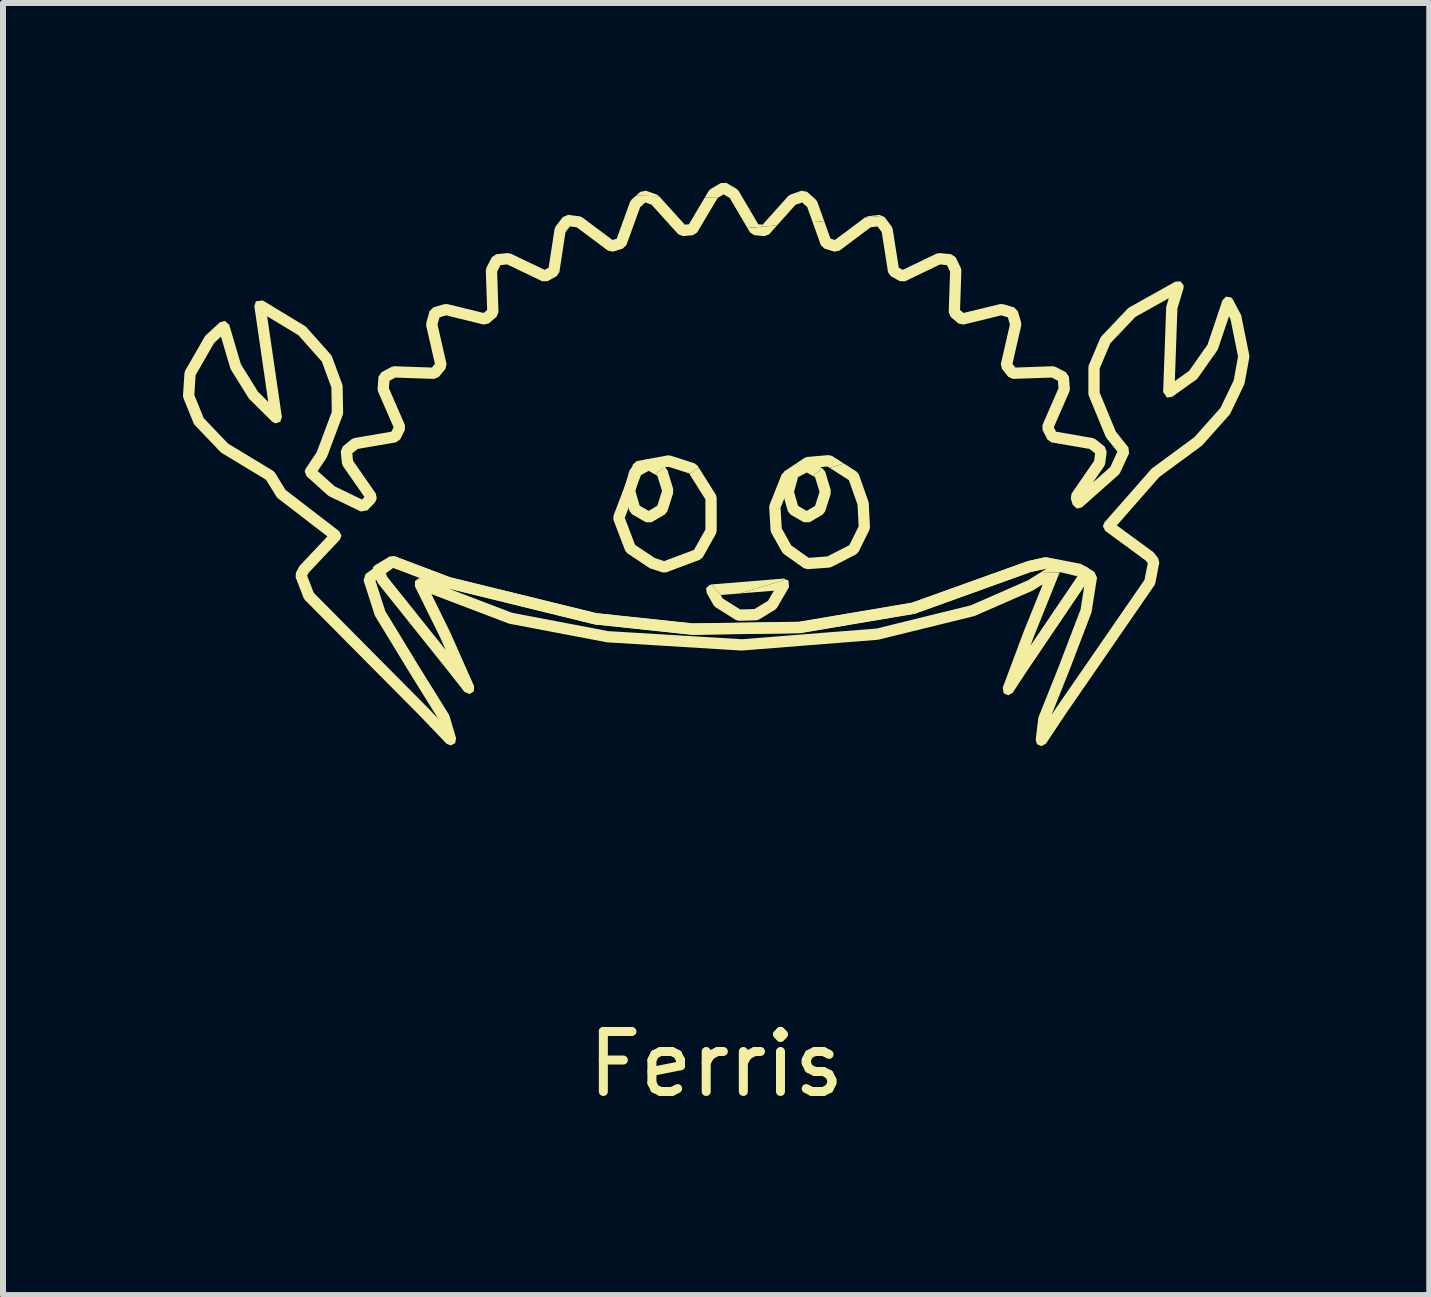
<source format=kicad_pcb>
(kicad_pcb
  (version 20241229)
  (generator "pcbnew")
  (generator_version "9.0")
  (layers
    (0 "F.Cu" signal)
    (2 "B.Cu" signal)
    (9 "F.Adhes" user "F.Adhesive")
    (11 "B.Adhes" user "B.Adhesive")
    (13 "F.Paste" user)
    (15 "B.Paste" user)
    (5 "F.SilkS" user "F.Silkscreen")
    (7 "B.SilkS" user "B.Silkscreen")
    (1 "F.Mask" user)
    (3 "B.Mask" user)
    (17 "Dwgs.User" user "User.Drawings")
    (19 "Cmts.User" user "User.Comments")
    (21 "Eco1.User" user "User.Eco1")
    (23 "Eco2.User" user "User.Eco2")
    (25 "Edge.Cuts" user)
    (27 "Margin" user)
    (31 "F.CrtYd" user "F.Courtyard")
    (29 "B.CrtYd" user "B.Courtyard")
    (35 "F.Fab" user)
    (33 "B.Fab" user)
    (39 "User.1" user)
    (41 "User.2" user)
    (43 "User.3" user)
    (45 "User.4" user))
  (footprint "Ferris"
    (layer "F.Cu")
    (at 8.887 4.687)
    (property "Reference" "Ferris" (at 0 10 0) (layer "F.SilkS") (effects (font (size 1 1) (thickness 0.15))))
    (attr through_hole)
    (fp_poly (pts (xy 5.514 1.553) (xy 5.521 1.555) (xy 5.454 1.557) (xy 5.472 1.553)) (stroke (width 0) (type solid)) (fill yes) (layer "F.SilkS"))
    (fp_poly (pts (xy 1.163 1.922) (xy 0.387 2.155) (xy 0.076 2.18) (xy -0.082 2.004) (xy 1.125 1.906)) (stroke (width 0) (type solid)) (fill yes) (layer "F.SilkS"))
    (fp_poly (pts (xy 2.761 -4.138) (xy 2.481 -4.113) (xy 2.483 -4.114) (xy 2.528 -4.132) (xy 2.719 -4.156)) (stroke (width 0) (type solid)) (fill yes) (layer "F.SilkS"))
    (fp_poly (pts (xy -0.992 -4.495) (xy -0.953 -4.469) (xy -0.951 -4.466) (xy -1.335 -4.477) (xy -1.266 -4.539) (xy -1.172 -4.558)) (stroke (width 0) (type solid)) (fill yes) (layer "F.SilkS"))
    (fp_poly (pts (xy 0.883 -3.832) (xy 0.804 -3.801) (xy 0.636 -3.817) (xy 0.564 -3.862) (xy 0.52 -3.937) (xy 1.016 -3.982)) (stroke (width 0) (type solid)) (fill yes) (layer "F.SilkS"))
    (fp_poly (pts (xy -4.51 1.855) (xy -5.005 1.87) (xy -5.389 1.725) (xy -5.516 1.8) (xy -5.632 1.65) (xy -5.446 1.54) (xy -5.365 1.533)) (stroke (width 0) (type solid)) (fill yes) (layer "F.SilkS"))
    (fp_poly (pts (xy -1.079 -0.078) (xy -0.862 0.043) (xy -1.018 0.172) (xy -1.126 0.111) (xy -1.276 0.193) (xy -1.407 0.055) (xy -1.4 0.046) (xy -1.17 -0.079)) (stroke (width 0) (type solid)) (fill yes) (layer "F.SilkS"))
    (fp_poly (pts (xy 1.553 -0.051) (xy 1.768 0.068) (xy 1.613 0.197) (xy 1.508 0.138) (xy 1.365 0.216) (xy 1.233 0.079) (xy 1.24 0.07) (xy 1.463 -0.051)) (stroke (width 0) (type solid)) (fill yes) (layer "F.SilkS"))
    (fp_poly (pts (xy 1.93 -0.138) (xy 2.126 -0.013) (xy 1.893 0.062) (xy 1.855 0.038) (xy 1.556 0.064) (xy 1.328 -0.009) (xy 1.471 -0.105) (xy 1.515 -0.121) (xy 1.871 -0.152)) (stroke (width 0) (type solid)) (fill yes) (layer "F.SilkS"))
    (fp_poly (pts (xy 6.136 1.703) (xy 6.017 1.868) (xy 5.724 1.797) (xy 5.724 1.805) (xy 5.415 1.798) (xy 5.501 1.743) (xy 5.492 1.741) (xy 5.255 1.794) (xy 4.725 1.783) (xy 5.183 1.619) (xy 5.194 1.615) (xy 5.454 1.557) (xy 5.521 1.555)) (stroke (width 0) (type solid)) (fill yes) (layer "F.SilkS"))
    (fp_poly (pts (xy -0.764 -0.144) (xy -0.362 -0.015) (xy -0.311 0.024) (xy -0.291 0.056) (xy -0.446 0.162) (xy -0.452 0.153) (xy -0.799 0.042) (xy -1.232 0.122) (xy -1.397 0.029) (xy -1.389 0.006) (xy -1.326 -0.051) (xy -1.321 -0.05) (xy -1.318 -0.053) (xy -0.81 -0.147)) (stroke (width 0) (type solid)) (fill yes) (layer "F.SilkS"))
    (fp_poly (pts (xy -0.856 0.047) (xy -0.812 0.101) (xy -0.715 0.418) (xy -0.721 0.456) (xy -0.715 0.474) (xy -0.813 0.782) (xy -0.854 0.835) (xy -1.077 0.967) (xy -1.172 0.968) (xy -1.402 0.835) (xy -1.446 0.78) (xy -1.535 0.472) (xy -1.536 0.42) (xy -1.446 0.103) (xy -1.407 0.055) (xy -1.276 0.193) (xy -1.347 0.445) (xy -1.276 0.691) (xy -1.126 0.778) (xy -0.981 0.691) (xy -0.903 0.445) (xy -0.981 0.193) (xy -1.018 0.172) (xy -0.862 0.043)) (stroke (width 0) (type solid)) (fill yes) (layer "F.SilkS"))
    (fp_poly (pts (xy 1.772 0.07) (xy 1.817 0.125) (xy 1.91 0.434) (xy 1.904 0.471) (xy 1.91 0.489) (xy 1.816 0.786) (xy 1.774 0.839) (xy 1.556 0.968) (xy 1.461 0.968) (xy 1.238 0.839) (xy 1.195 0.784) (xy 1.109 0.487) (xy 1.109 0.436) (xy 1.195 0.127) (xy 1.233 0.079) (xy 1.365 0.216) (xy 1.297 0.46) (xy 1.365 0.695) (xy 1.508 0.778) (xy 1.648 0.695) (xy 1.722 0.46) (xy 1.648 0.216) (xy 1.613 0.197) (xy 1.768 0.068)) (stroke (width 0) (type solid)) (fill yes) (layer "F.SilkS"))
    (fp_poly (pts (xy -1.232 0.122) (xy -1.524 0.894) (xy -1.352 1.345) (xy -1.025 1.563) (xy -0.869 1.615) (xy -0.37 1.428) (xy -0.18 1.089) (xy -0.18 0.586) (xy -0.446 0.162) (xy -0.291 0.056) (xy -0.006 0.509) (xy 0.008 0.559) (xy 0.008 1.113) (xy -0.004 1.159) (xy -0.223 1.55) (xy -0.272 1.592) (xy -0.834 1.803) (xy -0.897 1.804) (xy -1.096 1.738) (xy -1.118 1.727) (xy -1.482 1.484) (xy -1.517 1.44) (xy -1.713 0.928) (xy -1.713 0.861) (xy -1.397 0.029)) (stroke (width 0) (type solid)) (fill yes) (layer "F.SilkS"))
    (fp_poly (pts (xy 0.34 -4.589) (xy 0.374 -4.555) (xy 0.701 -3.999) (xy 0.774 -3.993) (xy 1.2 -4.469) (xy 1.239 -4.495) (xy 1.423 -4.558) (xy 1.516 -4.539) (xy 1.66 -4.41) (xy 1.686 -4.371) (xy 1.8 -4.052) (xy 1.607 -4.035) (xy 1.517 -4.286) (xy 1.432 -4.362) (xy 1.323 -4.325) (xy 1.016 -3.982) (xy 0.52 -3.937) (xy 0.225 -4.439) (xy 0.125 -4.497) (xy 0.025 -4.439) (xy -0.19 -4.445) (xy -0.124 -4.556) (xy -0.09 -4.589) (xy 0.078 -4.687) (xy 0.172 -4.687)) (stroke (width 0) (type solid)) (fill yes) (layer "F.SilkS"))
    (fp_poly (pts (xy 1.204 1.938) (xy 1.214 2.047) (xy 1.015 2.391) (xy 0.983 2.424) (xy 0.713 2.588) (xy 0.667 2.602) (xy 0.378 2.61) (xy 0.325 2.595) (xy -0.011 2.384) (xy -0.043 2.351) (xy -0.16 2.144) (xy -0.162 2.11) (xy -0.17 2.078) (xy -0.163 2.072) (xy -0.164 2.06) (xy -0.099 2.006) (xy -0.092 2.009) (xy -0.086 2.004) (xy -0.082 2.004) (xy 0.076 2.18) (xy 0.109 2.238) (xy 0.401 2.421) (xy 0.637 2.414) (xy 0.864 2.276) (xy 0.962 2.108) (xy 0.387 2.155) (xy 1.163 1.922)) (stroke (width 0) (type solid)) (fill yes) (layer "F.SilkS"))
    (fp_poly (pts (xy 2.34 0.124) (xy 2.378 0.172) (xy 2.538 0.625) (xy 2.543 0.652) (xy 2.563 1.05) (xy 2.553 1.096) (xy 2.373 1.46) (xy 2.332 1.502) (xy 1.922 1.713) (xy 1.886 1.723) (xy 1.523 1.75) (xy 1.461 1.733) (xy 1.125 1.495) (xy 1.098 1.464) (xy 0.918 1.144) (xy 0.906 1.103) (xy 0.883 0.721) (xy 0.889 0.68) (xy 1.092 0.168) (xy 1.121 0.143) (xy 1.127 0.125) (xy 1.328 -0.009) (xy 1.556 0.064) (xy 1.256 0.265) (xy 1.072 0.73) (xy 1.093 1.07) (xy 1.251 1.354) (xy 1.542 1.56) (xy 1.853 1.537) (xy 2.219 1.349) (xy 2.374 1.035) (xy 2.356 0.675) (xy 2.211 0.265) (xy 1.893 0.062) (xy 2.126 -0.013)) (stroke (width 0) (type solid)) (fill yes) (layer "F.SilkS"))
    (fp_poly (pts (xy -5.516 1.8) (xy -5.478 1.884) (xy -4.509 3.095) (xy -4.608 2.872) (xy -5.022 2.034) (xy -5.021 1.949) (xy -4.953 1.899) (xy -4.916 1.903) (xy -5.005 1.87) (xy -4.51 1.855) (xy -4.437 1.883) (xy -1.999 2.481) (xy -0.398 2.652) (xy 1.382 2.625) (xy 3.261 2.307) (xy 4.725 1.783) (xy 5.255 1.794) (xy 5.241 1.797) (xy 3.317 2.487) (xy 3.301 2.491) (xy 1.406 2.811) (xy 1.392 2.813) (xy -0.401 2.84) (xy -0.412 2.84) (xy -2.025 2.668) (xy -2.038 2.666) (xy -4.48 2.066) (xy -3.404 2.476) (xy -1.801 2.782) (xy 0.429 2.917) (xy 2.673 2.739) (xy 4.243 2.352) (xy 5.194 1.936) (xy 5.415 1.798) (xy 5.724 1.805) (xy 5.299 2.862) (xy 5.237 3.026) (xy 6.02 1.869) (xy 6.017 1.868) (xy 6.136 1.703) (xy 6.178 1.713) (xy 6.243 1.768) (xy 6.242 1.844) (xy 6.199 1.938) (xy 6.191 1.951) (xy 5.172 3.458) (xy 4.942 3.809) (xy 4.869 3.852) (xy 4.791 3.818) (xy 4.775 3.725) (xy 5.123 2.795) (xy 5.124 2.793) (xy 5.442 2.003) (xy 5.288 2.099) (xy 5.276 2.106) (xy 4.311 2.528) (xy 4.296 2.533) (xy 2.71 2.923) (xy 2.695 2.926) (xy 0.437 3.105) (xy 0.424 3.106) (xy -1.818 2.969) (xy -1.83 2.967) (xy -3.447 2.659) (xy -3.463 2.654) (xy -4.747 2.165) (xy -4.439 2.79) (xy -4.437 2.794) (xy -4.035 3.7) (xy -4.039 3.784) (xy -4.109 3.832) (xy -4.195 3.796) (xy -4.464 3.453) (xy -5.632 1.992) (xy -5.644 1.972) (xy -5.722 1.801) (xy -5.719 1.716) (xy -5.684 1.681) (xy -5.632 1.65)) (stroke (width 0) (type solid)) (fill yes) (layer "F.SilkS"))
    (fp_poly (pts (xy -0.951 -4.466) (xy -0.524 -3.993) (xy -0.455 -3.999) (xy -0.19 -4.445) (xy 0.025 -4.439) (xy -0.318 -3.862) (xy -0.389 -3.817) (xy -0.553 -3.801) (xy -0.632 -3.832) (xy -1.077 -4.325) (xy -1.182 -4.362) (xy -1.267 -4.285) (xy -1.497 -3.652) (xy -1.557 -3.594) (xy -1.718 -3.543) (xy -1.802 -3.558) (xy -2.325 -3.949) (xy -2.439 -3.963) (xy -2.512 -3.868) (xy -2.614 -3.201) (xy -2.661 -3.133) (xy -2.81 -3.051) (xy -2.896 -3.048) (xy -3.485 -3.33) (xy -3.596 -3.318) (xy -3.651 -3.209) (xy -3.629 -2.53) (xy -3.662 -2.456) (xy -3.791 -2.346) (xy -3.874 -2.327) (xy -4.501 -2.481) (xy -4.611 -2.448) (xy -4.645 -2.329) (xy -4.494 -1.669) (xy -4.513 -1.589) (xy -4.623 -1.456) (xy -4.698 -1.422) (xy -5.345 -1.444) (xy -5.445 -1.391) (xy -5.455 -1.266) (xy -5.187 -0.651) (xy -5.189 -0.571) (xy -5.267 -0.415) (xy -5.336 -0.364) (xy -5.975 -0.255) (xy -6.065 -0.182) (xy -6.053 -0.057) (xy -5.673 0.489) (xy -5.659 0.566) (xy -5.666 0.597) (xy -5.69 0.64) (xy -5.815 0.769) (xy -5.923 0.788) (xy -6.451 0.534) (xy -6.473 0.519) (xy -6.828 0.199) (xy -6.859 0.12) (xy -6.844 0.077) (xy -6.658 -0.2) (xy -6.407 -0.872) (xy -6.414 -1.279) (xy -6.574 -1.712) (xy -6.963 -2.15) (xy -7.484 -2.465) (xy -7.239 -0.787) (xy -7.265 -0.707) (xy -7.346 -0.68) (xy -7.398 -0.707) (xy -7.777 -1.082) (xy -7.791 -1.099) (xy -8.088 -1.575) (xy -8.098 -1.598) (xy -8.254 -2.126) (xy -8.367 -2.023) (xy -8.677 -1.484) (xy -8.698 -1.152) (xy -8.541 -0.767) (xy -8.136 -0.344) (xy -7.385 0.111) (xy -7.353 0.142) (xy -7.179 0.428) (xy -6.282 1.117) (xy -6.246 1.193) (xy -6.271 1.256) (xy -6.79 1.806) (xy -6.818 1.858) (xy -6.708 2.143) (xy -4.796 4.071) (xy -4.795 4.072) (xy -4.636 4.238) (xy -5.115 3.468) (xy -5.115 3.467) (xy -5.682 2.537) (xy -5.691 2.517) (xy -5.878 1.935) (xy -5.844 1.83) (xy -5.449 1.545) (xy -5.361 1.533) (xy -4.433 1.887) (xy -1.995 2.485) (xy -0.394 2.656) (xy 1.382 2.629) (xy 3.261 2.311) (xy 5.183 1.619) (xy 5.194 1.615) (xy 5.472 1.553) (xy 5.51 1.552) (xy 6.065 1.658) (xy 6.096 1.67) (xy 6.303 1.795) (xy 6.347 1.89) (xy 6.257 2.46) (xy 6.252 2.479) (xy 5.885 3.44) (xy 5.884 3.441) (xy 5.59 4.176) (xy 5.672 4.053) (xy 5.673 4.052) (xy 7.138 1.928) (xy 7.193 1.649) (xy 7.16 1.607) (xy 6.484 1.111) (xy 6.445 1.036) (xy 6.468 0.973) (xy 7.25 0.083) (xy 7.265 0.069) (xy 7.968 -0.449) (xy 8.405 -0.939) (xy 8.625 -1.396) (xy 8.697 -1.796) (xy 8.571 -2.421) (xy 8.547 -2.466) (xy 8.363 -1.919) (xy 8.35 -1.895) (xy 8.026 -1.434) (xy 8.004 -1.412) (xy 7.598 -1.123) (xy 7.514 -1.11) (xy 7.449 -1.203) (xy 7.5 -2.613) (xy 7.504 -2.636) (xy 7.543 -2.766) (xy 6.988 -2.456) (xy 6.568 -2.014) (xy 6.391 -1.594) (xy 6.391 -1.194) (xy 6.66 -0.544) (xy 6.87 -0.281) (xy 6.882 -0.183) (xy 6.73 0.145) (xy 6.707 0.176) (xy 6.094 0.719) (xy 6.012 0.74) (xy 5.941 0.675) (xy 5.91 0.57) (xy 5.923 0.49) (xy 6.3 -0.058) (xy 6.315 -0.182) (xy 6.222 -0.255) (xy 5.586 -0.364) (xy 5.518 -0.415) (xy 5.439 -0.571) (xy 5.437 -0.651) (xy 5.705 -1.266) (xy 5.696 -1.39) (xy 5.592 -1.444) (xy 4.945 -1.422) (xy 4.868 -1.457) (xy 4.762 -1.59) (xy 4.744 -1.669) (xy 4.895 -2.329) (xy 4.861 -2.448) (xy 4.752 -2.481) (xy 4.12 -2.327) (xy 4.037 -2.346) (xy 3.908 -2.456) (xy 3.875 -2.53) (xy 3.898 -3.21) (xy 3.845 -3.318) (xy 3.732 -3.33) (xy 3.146 -3.048) (xy 3.06 -3.051) (xy 2.912 -3.133) (xy 2.864 -3.2) (xy 2.759 -3.869) (xy 2.688 -3.963) (xy 2.575 -3.949) (xy 2.053 -3.558) (xy 1.968 -3.543) (xy 1.804 -3.594) (xy 1.744 -3.652) (xy 1.607 -4.035) (xy 1.8 -4.052) (xy 1.905 -3.76) (xy 1.978 -3.737) (xy 2.481 -4.113) (xy 2.761 -4.138) (xy 2.806 -4.119) (xy 2.923 -3.963) (xy 2.941 -3.921) (xy 3.043 -3.275) (xy 3.109 -3.239) (xy 3.674 -3.511) (xy 3.724 -3.519) (xy 3.916 -3.5) (xy 3.991 -3.448) (xy 4.077 -3.272) (xy 4.086 -3.227) (xy 4.064 -2.57) (xy 4.122 -2.521) (xy 4.732 -2.669) (xy 4.781 -2.668) (xy 4.964 -2.614) (xy 5.028 -2.549) (xy 5.083 -2.358) (xy 5.084 -2.311) (xy 4.938 -1.672) (xy 4.986 -1.611) (xy 5.61 -1.633) (xy 5.657 -1.622) (xy 5.829 -1.533) (xy 5.879 -1.457) (xy 5.895 -1.257) (xy 5.887 -1.212) (xy 5.627 -0.616) (xy 5.664 -0.542) (xy 6.278 -0.436) (xy 6.32 -0.417) (xy 6.473 -0.296) (xy 6.508 -0.212) (xy 6.484 -0.012) (xy 6.468 0.03) (xy 6.28 0.303) (xy 6.568 0.048) (xy 6.687 -0.209) (xy 6.505 -0.437) (xy 6.491 -0.46) (xy 6.21 -1.14) (xy 6.203 -1.176) (xy 6.203 -1.613) (xy 6.21 -1.65) (xy 6.402 -2.103) (xy 6.42 -2.131) (xy 6.862 -2.596) (xy 6.884 -2.613) (xy 7.653 -3.043) (xy 7.738 -3.047) (xy 7.791 -2.981) (xy 7.789 -2.934) (xy 7.687 -2.594) (xy 7.644 -1.386) (xy 7.882 -1.556) (xy 8.189 -1.992) (xy 8.438 -2.733) (xy 8.498 -2.793) (xy 8.582 -2.78) (xy 8.61 -2.747) (xy 8.743 -2.497) (xy 8.752 -2.472) (xy 8.885 -1.816) (xy 8.886 -1.78) (xy 8.807 -1.35) (xy 8.8 -1.327) (xy 8.569 -0.846) (xy 8.555 -0.824) (xy 8.102 -0.316) (xy 8.087 -0.303) (xy 7.384 0.214) (xy 6.678 1.02) (xy 7.282 1.463) (xy 7.301 1.482) (xy 7.367 1.568) (xy 7.385 1.643) (xy 7.319 1.983) (xy 7.304 2.018) (xy 5.828 4.158) (xy 5.496 4.657) (xy 5.425 4.698) (xy 5.421 4.698) (xy 5.346 4.666) (xy 5.325 4.594) (xy 5.368 4.235) (xy 5.374 4.211) (xy 5.709 3.372) (xy 6.073 2.421) (xy 6.151 1.923) (xy 6.013 1.839) (xy 5.494 1.741) (xy 5.241 1.797) (xy 3.317 2.491) (xy 3.301 2.495) (xy 1.406 2.815) (xy 1.392 2.817) (xy -0.397 2.844) (xy -0.408 2.843) (xy -2.022 2.672) (xy -2.034 2.669) (xy -4.483 2.068) (xy -4.494 2.064) (xy -5.38 1.727) (xy -5.679 1.942) (xy -5.515 2.449) (xy -4.955 3.369) (xy -4.455 4.173) (xy -4.445 4.196) (xy -4.335 4.567) (xy -4.351 4.65) (xy -4.426 4.688) (xy -4.494 4.659) (xy -4.931 4.202) (xy -6.856 2.262) (xy -6.877 2.229) (xy -7.009 1.885) (xy -7.005 1.807) (xy -6.95 1.705) (xy -6.935 1.685) (xy -6.48 1.203) (xy -7.307 0.567) (xy -7.33 0.541) (xy -7.502 0.26) (xy -8.244 -0.189) (xy -8.263 -0.205) (xy -8.689 -0.65) (xy -8.708 -0.679) (xy -8.88 -1.101) (xy -8.887 -1.143) (xy -8.863 -1.518) (xy -8.851 -1.559) (xy -8.523 -2.129) (xy -8.505 -2.151) (xy -8.27 -2.366) (xy -8.189 -2.389) (xy -8.117 -2.324) (xy -7.921 -1.664) (xy -7.637 -1.208) (xy -7.466 -1.038) (xy -7.698 -2.635) (xy -7.672 -2.715) (xy -7.557 -2.729) (xy -6.854 -2.303) (xy -6.832 -2.285) (xy -6.422 -1.824) (xy -6.404 -1.794) (xy -6.232 -1.329) (xy -6.226 -1.299) (xy -6.218 -0.857) (xy -6.224 -0.823) (xy -6.486 -0.123) (xy -6.496 -0.104) (xy -6.642 0.114) (xy -6.357 0.37) (xy -5.903 0.589) (xy -5.862 0.547) (xy -6.222 0.03) (xy -6.238 -0.014) (xy -6.258 -0.213) (xy -6.223 -0.296) (xy -6.075 -0.417) (xy -6.031 -0.436) (xy -5.414 -0.542) (xy -5.377 -0.616) (xy -5.637 -1.212) (xy -5.644 -1.257) (xy -5.629 -1.457) (xy -5.579 -1.532) (xy -5.411 -1.622) (xy -5.364 -1.633) (xy -4.738 -1.611) (xy -4.688 -1.673) (xy -4.834 -2.311) (xy -4.832 -2.358) (xy -4.778 -2.549) (xy -4.714 -2.614) (xy -4.531 -2.668) (xy -4.481 -2.669) (xy -3.876 -2.521) (xy -3.818 -2.57) (xy -3.84 -3.227) (xy -3.83 -3.273) (xy -3.74 -3.449) (xy -3.666 -3.5) (xy -3.478 -3.519) (xy -3.428 -3.511) (xy -2.858 -3.239) (xy -2.793 -3.275) (xy -2.694 -3.92) (xy -2.676 -3.964) (xy -2.555 -4.12) (xy -2.469 -4.156) (xy -2.278 -4.132) (xy -2.233 -4.114) (xy -1.728 -3.737) (xy -1.658 -3.759) (xy -1.436 -4.372) (xy -1.41 -4.41) (xy -1.335 -4.477)) (stroke (width 0) (type solid)) (fill yes) (layer "F.SilkS")))
  (gr_rect
    (start -3 -3)
    (end 20.772 18.535)
    (stroke (width 0.1) (type default))
    (fill no)
    (layer "Edge.Cuts")))
</source>
